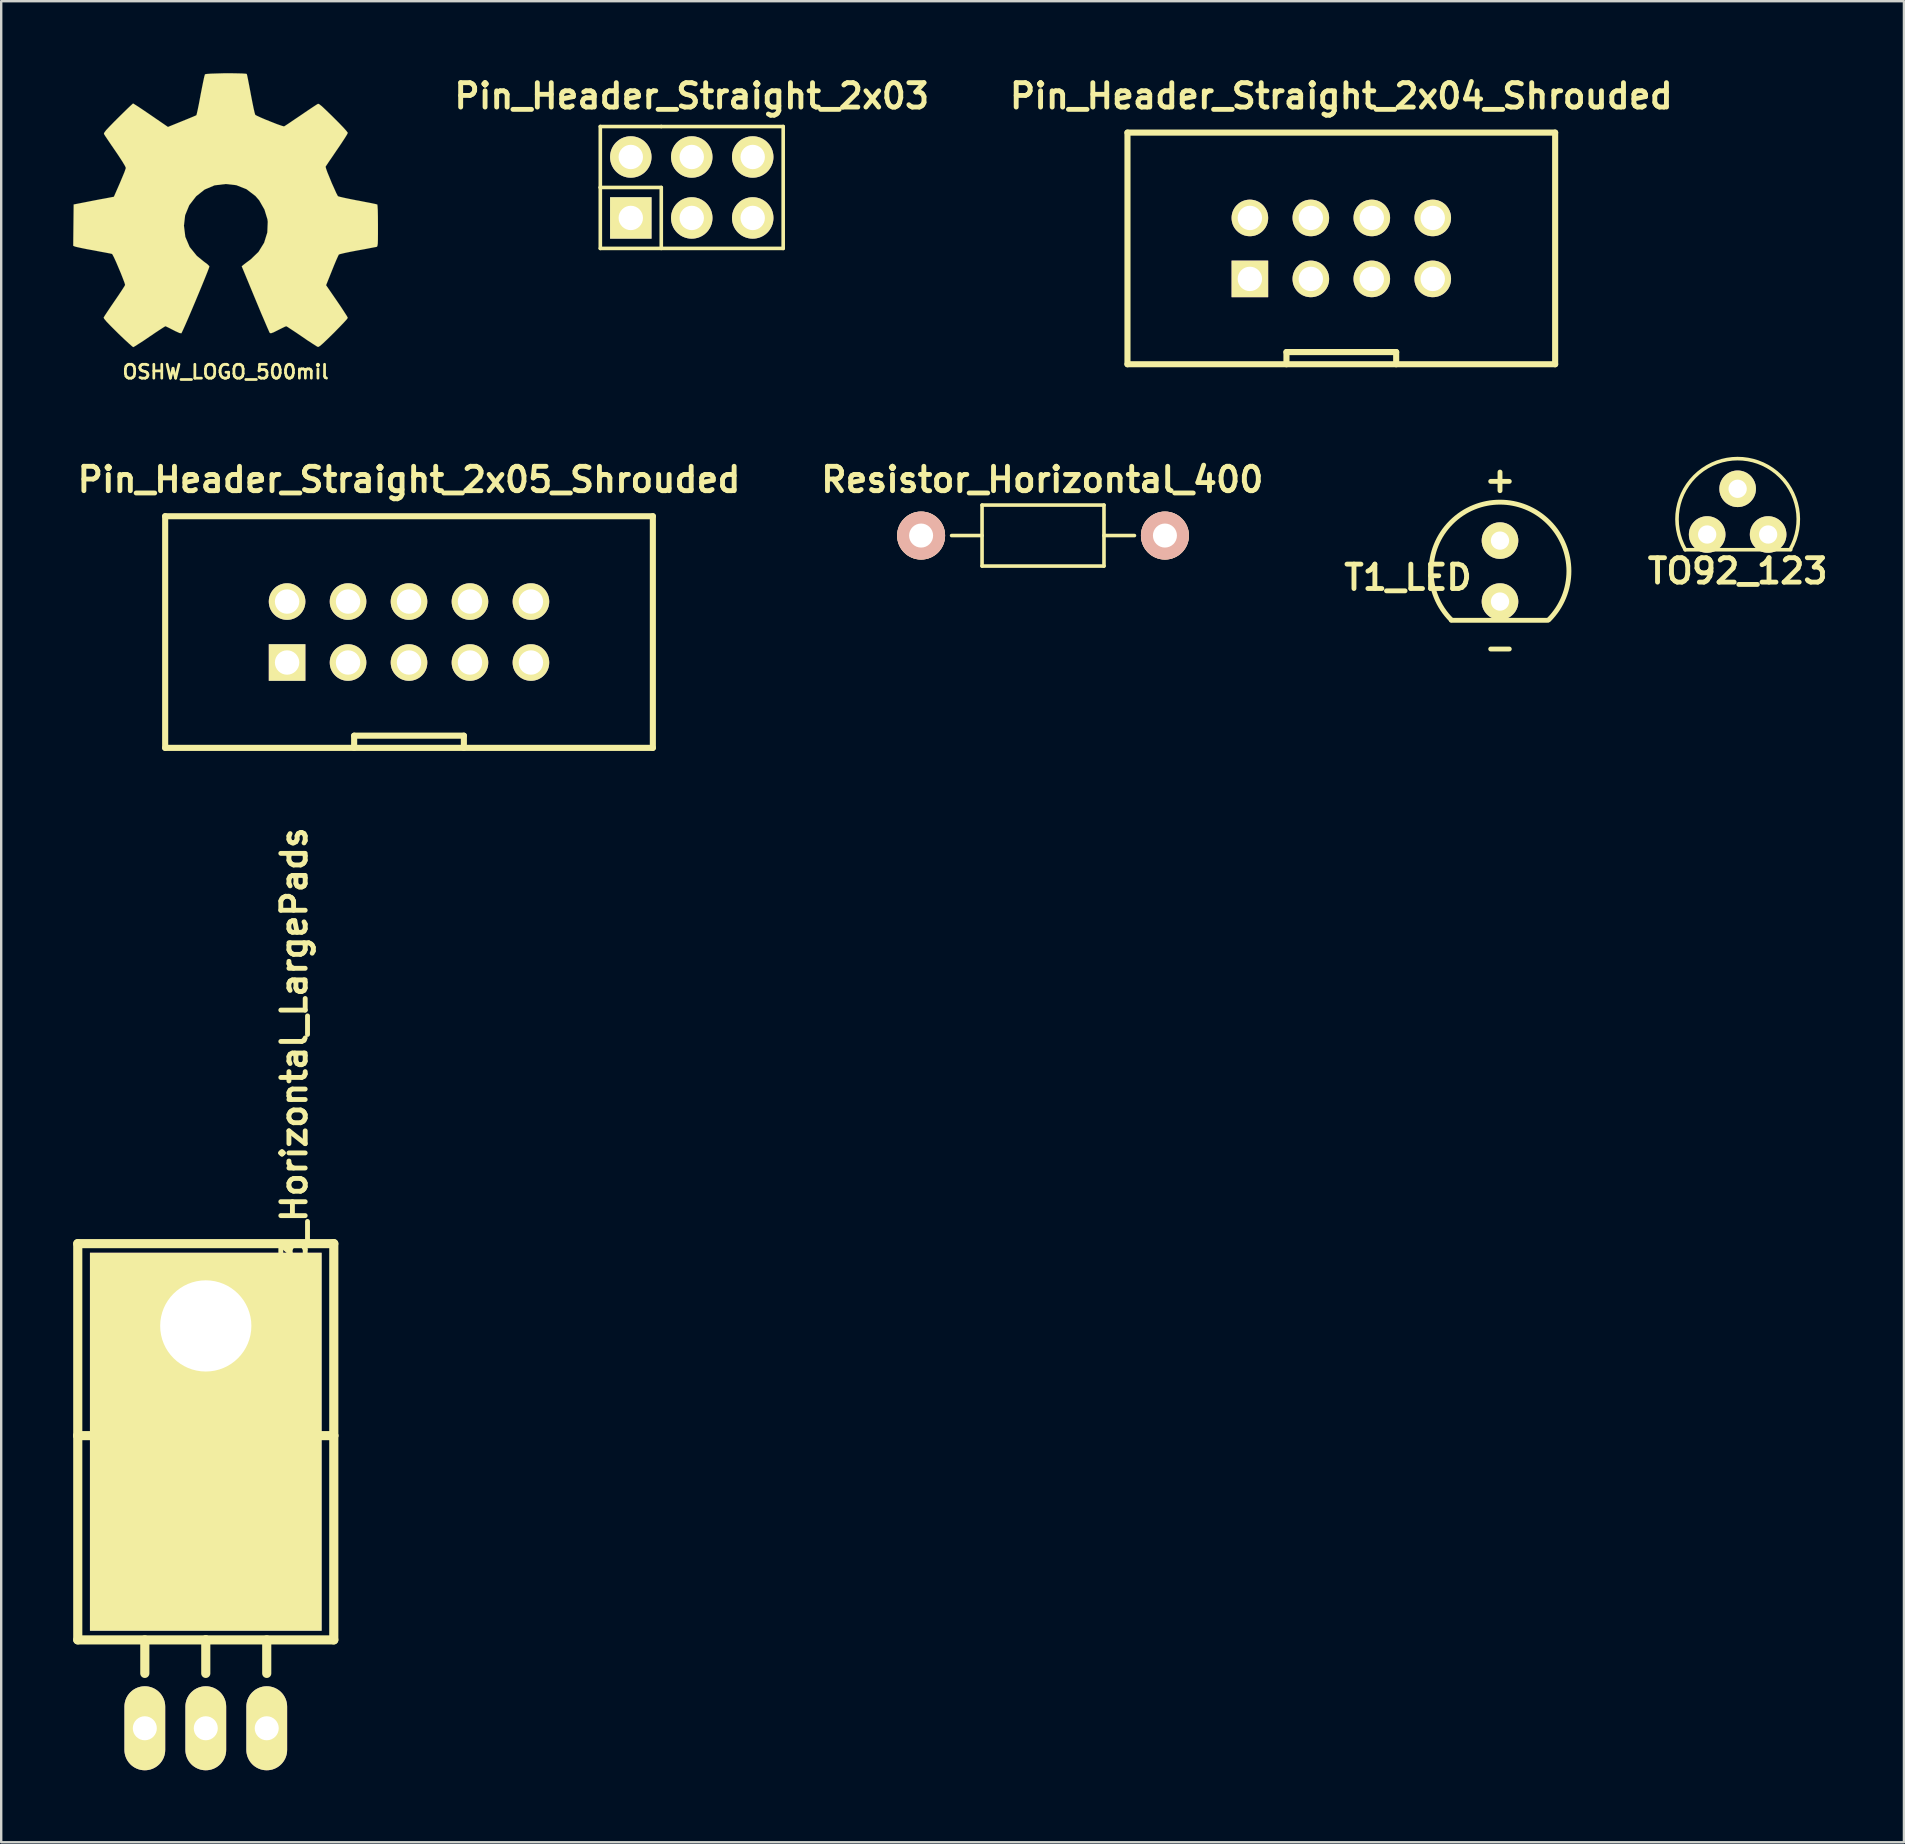
<source format=kicad_pcb>
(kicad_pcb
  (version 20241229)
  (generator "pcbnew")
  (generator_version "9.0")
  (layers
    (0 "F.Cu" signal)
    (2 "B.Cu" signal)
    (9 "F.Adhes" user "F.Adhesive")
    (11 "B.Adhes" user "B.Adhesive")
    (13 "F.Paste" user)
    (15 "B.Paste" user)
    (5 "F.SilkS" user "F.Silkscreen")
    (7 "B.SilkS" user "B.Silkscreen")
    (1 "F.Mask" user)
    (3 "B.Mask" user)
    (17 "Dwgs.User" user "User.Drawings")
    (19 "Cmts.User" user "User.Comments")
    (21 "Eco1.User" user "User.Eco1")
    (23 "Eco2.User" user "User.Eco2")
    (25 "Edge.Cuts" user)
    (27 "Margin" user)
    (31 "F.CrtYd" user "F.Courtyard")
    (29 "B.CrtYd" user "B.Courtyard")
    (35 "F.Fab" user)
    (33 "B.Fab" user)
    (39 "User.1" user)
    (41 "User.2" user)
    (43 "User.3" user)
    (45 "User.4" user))
  (footprint "Resistor_Horizontal_400"
    (layer "F.Cu")
    (at 40.409 19.265)
    (property "Reference" "Resistor_Horizontal_400" (at -0.03 -2.33 0) (layer "F.SilkS") (effects (font (size 1.016 1.016) (thickness 0.203))))
    (attr through_hole)
    (fp_line (start -2.54 -1.27) (end -2.54 1.27) (stroke (width 0.15) (type solid)) (layer "F.SilkS"))
    (fp_line (start -2.54 0) (end -3.81 0) (stroke (width 0.15) (type solid)) (layer "F.SilkS"))
    (fp_line (start -2.54 1.27) (end 2.54 1.27) (stroke (width 0.15) (type solid)) (layer "F.SilkS"))
    (fp_line (start 2.54 -1.27) (end -2.54 -1.27) (stroke (width 0.15) (type solid)) (layer "F.SilkS"))
    (fp_line (start 2.54 0) (end 3.81 0) (stroke (width 0.15) (type solid)) (layer "F.SilkS"))
    (fp_line (start 2.54 1.27) (end 2.54 -1.27) (stroke (width 0.15) (type solid)) (layer "F.SilkS"))
    (pad "1" thru_hole circle (at -5.08 0) (size 1.999 1.999) (drill 1.001) (layers "*.Cu" "*.SilkS" "*.Mask"))
    (pad "2" thru_hole circle (at 5.08 0) (size 1.999 1.999) (drill 1.001) (layers "*.Cu" "*.SilkS" "*.Mask")))
  (footprint "TO-220_Neutral123_Horizontal_LargePads"
    (layer "F.Cu")
    (at 5.524 68.961)
    (property "Reference" "TO-220_Neutral123_Horizontal_LargePads" (at 3.683 -21.336 90) (layer "F.SilkS") (effects (font (size 1.016 1.016) (thickness 0.203))))
    (attr through_hole)
    (fp_line (start -5.334 -20.193) (end -5.334 -12.192) (stroke (width 0.381) (type solid)) (layer "F.SilkS"))
    (fp_line (start -5.334 -12.192) (end -5.334 -3.683) (stroke (width 0.381) (type solid)) (layer "F.SilkS"))
    (fp_line (start -2.54 -3.683) (end -2.54 -2.286) (stroke (width 0.381) (type solid)) (layer "F.SilkS"))
    (fp_line (start 0 -3.683) (end -5.334 -3.683) (stroke (width 0.381) (type solid)) (layer "F.SilkS"))
    (fp_line (start 0 -3.683) (end 0 -2.286) (stroke (width 0.381) (type solid)) (layer "F.SilkS"))
    (fp_line (start 0 -3.683) (end 5.334 -3.683) (stroke (width 0.381) (type solid)) (layer "F.SilkS"))
    (fp_line (start 2.54 -3.683) (end 2.54 -2.286) (stroke (width 0.381) (type solid)) (layer "F.SilkS"))
    (fp_line (start 5.334 -20.193) (end -5.334 -20.193) (stroke (width 0.381) (type solid)) (layer "F.SilkS"))
    (fp_line (start 5.334 -12.192) (end -5.334 -12.192) (stroke (width 0.381) (type solid)) (layer "F.SilkS"))
    (fp_line (start 5.334 -12.192) (end 5.334 -20.193) (stroke (width 0.381) (type solid)) (layer "F.SilkS"))
    (fp_line (start 5.334 -3.683) (end 5.334 -12.192) (stroke (width 0.381) (type solid)) (layer "F.SilkS"))
    (fp_circle (center 0 -16.764) (end 1.778 -14.986) (stroke (width 0.381) (type solid)) (fill no) (layer "F.SilkS"))
    (pad "1" thru_hole oval (at -2.54 0 90) (size 3.5 1.699) (drill 1.001) (layers "*.Cu" "*.Mask" "F.SilkS"))
    (pad "2" thru_hole rect (at 0 -16.764 90) (size 15.748 9.652) (drill 3.8 (offset -4.826 0)) (layers "*.Cu" "F.Mask" "F.SilkS"))
    (pad "2" thru_hole oval (at 0 0 90) (size 3.5 1.699) (drill 1.001) (layers "*.Cu" "*.Mask" "F.SilkS"))
    (pad "3" thru_hole oval (at 2.54 0 90) (size 3.5 1.699) (drill 1.001) (layers "*.Cu" "*.Mask" "F.SilkS")))
  (footprint "Pin_Header_Straight_2x05_Shrouded"
    (layer "F.Cu")
    (at 13.992 23.285)
    (property "Reference" "Pin_Header_Straight_2x05_Shrouded" (at 0 -6.35 0) (layer "F.SilkS") (effects (font (size 1.016 1.016) (thickness 0.203))))
    (attr through_hole)
    (fp_line (start -10.16 -4.826) (end 10.16 -4.826) (stroke (width 0.254) (type solid)) (layer "F.SilkS"))
    (fp_line (start -10.16 4.826) (end -10.16 -4.826) (stroke (width 0.254) (type solid)) (layer "F.SilkS"))
    (fp_line (start -2.286 4.318) (end -2.286 4.826) (stroke (width 0.254) (type solid)) (layer "F.SilkS"))
    (fp_line (start 2.286 4.318) (end -2.286 4.318) (stroke (width 0.254) (type solid)) (layer "F.SilkS"))
    (fp_line (start 2.286 4.826) (end 2.286 4.318) (stroke (width 0.254) (type solid)) (layer "F.SilkS"))
    (fp_line (start 10.16 -4.826) (end 10.16 4.826) (stroke (width 0.254) (type solid)) (layer "F.SilkS"))
    (fp_line (start 10.16 4.826) (end -10.16 4.826) (stroke (width 0.254) (type solid)) (layer "F.SilkS"))
    (pad "1" thru_hole rect (at -5.08 1.27) (size 1.524 1.524) (drill 1.016) (layers "*.Cu" "*.Mask" "F.SilkS"))
    (pad "2" thru_hole circle (at -5.08 -1.27) (size 1.524 1.524) (drill 1.016) (layers "*.Cu" "*.Mask" "F.SilkS"))
    (pad "3" thru_hole circle (at -2.54 1.27) (size 1.524 1.524) (drill 1.016) (layers "*.Cu" "*.Mask" "F.SilkS"))
    (pad "4" thru_hole circle (at -2.54 -1.27) (size 1.524 1.524) (drill 1.016) (layers "*.Cu" "*.Mask" "F.SilkS"))
    (pad "5" thru_hole circle (at 0 1.27) (size 1.524 1.524) (drill 1.016) (layers "*.Cu" "*.Mask" "F.SilkS"))
    (pad "6" thru_hole circle (at 0 -1.27) (size 1.524 1.524) (drill 1.016) (layers "*.Cu" "*.Mask" "F.SilkS"))
    (pad "7" thru_hole circle (at 2.54 1.27) (size 1.524 1.524) (drill 1.016) (layers "*.Cu" "*.Mask" "F.SilkS"))
    (pad "8" thru_hole circle (at 2.54 -1.27) (size 1.524 1.524) (drill 1.016) (layers "*.Cu" "*.Mask" "F.SilkS"))
    (pad "9" thru_hole circle (at 5.08 1.27) (size 1.524 1.524) (drill 1.016) (layers "*.Cu" "*.Mask" "F.SilkS"))
    (pad "10" thru_hole circle (at 5.08 -1.27) (size 1.524 1.524) (drill 1.016) (layers "*.Cu" "*.Mask" "F.SilkS")))
  (footprint "Pin_Header_Straight_2x03"
    (layer "F.Cu")
    (at 25.773 4.761)
    (property "Reference" "Pin_Header_Straight_2x03" (at 0 -3.81 0) (layer "F.SilkS") (effects (font (size 1.016 1.016) (thickness 0.203))))
    (attr through_hole)
    (fp_line (start -3.81 -2.54) (end -3.81 0) (stroke (width 0.15) (type solid)) (layer "F.SilkS"))
    (fp_line (start -3.81 0) (end -1.27 0) (stroke (width 0.15) (type solid)) (layer "F.SilkS"))
    (fp_line (start -3.81 2.54) (end -3.81 0) (stroke (width 0.15) (type solid)) (layer "F.SilkS"))
    (fp_line (start -3.81 2.54) (end 3.81 2.54) (stroke (width 0.15) (type solid)) (layer "F.SilkS"))
    (fp_line (start -1.27 -2.54) (end -3.81 -2.54) (stroke (width 0.15) (type solid)) (layer "F.SilkS"))
    (fp_line (start -1.27 0) (end -1.27 2.54) (stroke (width 0.15) (type solid)) (layer "F.SilkS"))
    (fp_line (start 3.81 -2.54) (end -1.27 -2.54) (stroke (width 0.15) (type solid)) (layer "F.SilkS"))
    (fp_line (start 3.81 2.54) (end 3.81 -2.54) (stroke (width 0.15) (type solid)) (layer "F.SilkS"))
    (pad "1" thru_hole rect (at -2.54 1.27) (size 1.727 1.727) (drill 1.016) (layers "*.Cu" "*.Mask" "F.SilkS"))
    (pad "2" thru_hole oval (at -2.54 -1.27) (size 1.727 1.727) (drill 1.016) (layers "*.Cu" "*.Mask" "F.SilkS"))
    (pad "3" thru_hole oval (at 0 1.27) (size 1.727 1.727) (drill 1.016) (layers "*.Cu" "*.Mask" "F.SilkS"))
    (pad "4" thru_hole oval (at 0 -1.27) (size 1.727 1.727) (drill 1.016) (layers "*.Cu" "*.Mask" "F.SilkS"))
    (pad "5" thru_hole oval (at 2.54 1.27) (size 1.727 1.727) (drill 1.016) (layers "*.Cu" "*.Mask" "F.SilkS"))
    (pad "6" thru_hole oval (at 2.54 -1.27) (size 1.727 1.727) (drill 1.016) (layers "*.Cu" "*.Mask" "F.SilkS")))
  (footprint "TO92_123"
    (layer "F.Cu")
    (at 69.352 18.586)
    (property "Reference" "TO92_123" (at 0 2.159 180) (layer "F.SilkS") (effects (font (size 1.016 1.016) (thickness 0.203))))
    (attr through_hole)
    (fp_line (start -2.184 1.27) (end 2.21 1.27) (stroke (width 0.15) (type solid)) (layer "F.SilkS"))
    (fp_arc (start -2.1844 1.27) (mid -0.007652 -2.526746) (end 2.192052 1.256746) (stroke (width 0.15) (type solid)) (layer "F.SilkS"))
    (pad "1" thru_hole circle (at -1.27 0.635) (size 1.524 1.524) (drill 0.762) (layers "*.Cu" "*.Mask" "F.SilkS"))
    (pad "2" thru_hole circle (at 0 -1.27) (size 1.524 1.524) (drill 0.762) (layers "*.Cu" "*.Mask" "F.SilkS"))
    (pad "3" thru_hole circle (at 1.27 0.635) (size 1.524 1.524) (drill 0.762) (layers "*.Cu" "*.Mask" "F.SilkS")))
  (footprint "T1_LED"
    (layer "F.Cu")
    (at 59.45 20.745)
    (property "Reference" "T1_LED" (at -3.835 0.267 0) (layer "F.SilkS") (effects (font (size 1.016 1.016) (thickness 0.203))))
    (attr through_hole)
    (fp_line (start -2.029 2.05) (end 1.989 2.05) (stroke (width 0.203) (type solid)) (layer "F.SilkS"))
    (fp_arc (start -2.02946 2.032) (mid -0.001796 -2.871886) (end 2.032 2.02946) (stroke (width 0.2032) (type solid)) (layer "F.SilkS"))
    (fp_text user "-" (at 0 3.175 0) (layer "F.SilkS") (effects (font (size 1.016 1.016) (thickness 0.203))))
    (fp_text user "+" (at 0 -3.81 0) (layer "F.SilkS") (effects (font (size 1.016 1.016) (thickness 0.203))))
    (pad "+" thru_hole circle (at 0 -1.27) (size 1.524 1.524) (drill 0.762) (layers "*.Cu" "*.Mask" "F.SilkS"))
    (pad "-" thru_hole circle (at 0 1.27) (size 1.524 1.524) (drill 0.762) (layers "*.Cu" "*.Mask" "F.SilkS")))
  (footprint "OSHW_LOGO_500mil"
    (layer "F.Cu")
    (at 6.351 5.709)
    (property "Reference" "OSHW_LOGO_500mil" (at 0 6.736 0) (layer "F.SilkS") (effects (font (size 0.579 0.579) (thickness 0.114))))
    (attr through_hole)
    (fp_poly (pts (xy -3.851 5.705) (xy -3.782 5.669) (xy -3.635 5.575) (xy -3.421 5.438) (xy -3.172 5.268) (xy -2.921 5.098) (xy -2.713 4.961) (xy -2.568 4.867) (xy -2.507 4.834) (xy -2.477 4.846) (xy -2.355 4.905) (xy -2.182 4.994) (xy -2.083 5.044) (xy -1.923 5.116) (xy -1.844 5.128) (xy -1.831 5.105) (xy -1.773 4.983) (xy -1.681 4.778) (xy -1.56 4.501) (xy -1.422 4.178) (xy -1.275 3.83) (xy -1.128 3.477) (xy -0.988 3.139) (xy -0.864 2.835) (xy -0.765 2.588) (xy -0.699 2.416) (xy -0.676 2.342) (xy -0.683 2.327) (xy -0.762 2.248) (xy -0.902 2.144) (xy -1.201 1.9) (xy -1.499 1.532) (xy -1.679 1.11) (xy -1.737 0.643) (xy -1.687 0.208) (xy -1.516 -0.208) (xy -1.227 -0.582) (xy -0.874 -0.861) (xy -0.462 -1.036) (xy 0 -1.092) (xy 0.442 -1.044) (xy 0.869 -0.876) (xy 1.242 -0.592) (xy 1.4 -0.409) (xy 1.618 -0.028) (xy 1.742 0.378) (xy 1.755 0.483) (xy 1.737 0.927) (xy 1.605 1.354) (xy 1.369 1.737) (xy 1.044 2.05) (xy 1.003 2.08) (xy 0.851 2.192) (xy 0.749 2.271) (xy 0.671 2.337) (xy 1.237 3.703) (xy 1.328 3.922) (xy 1.483 4.295) (xy 1.621 4.615) (xy 1.73 4.872) (xy 1.806 5.044) (xy 1.839 5.113) (xy 1.844 5.116) (xy 1.892 5.126) (xy 1.999 5.088) (xy 2.187 4.994) (xy 2.314 4.93) (xy 2.459 4.859) (xy 2.525 4.834) (xy 2.581 4.864) (xy 2.72 4.956) (xy 2.924 5.09) (xy 3.167 5.255) (xy 3.399 5.415) (xy 3.614 5.555) (xy 3.772 5.657) (xy 3.846 5.697) (xy 3.858 5.697) (xy 3.927 5.659) (xy 4.049 5.555) (xy 4.234 5.38) (xy 4.498 5.121) (xy 4.539 5.08) (xy 4.755 4.859) (xy 4.93 4.676) (xy 5.05 4.544) (xy 5.09 4.483) (xy 5.052 4.409) (xy 4.953 4.255) (xy 4.811 4.036) (xy 4.638 3.782) (xy 4.186 3.124) (xy 4.435 2.504) (xy 4.511 2.314) (xy 4.608 2.083) (xy 4.681 1.92) (xy 4.717 1.847) (xy 4.785 1.824) (xy 4.956 1.783) (xy 5.199 1.732) (xy 5.494 1.676) (xy 5.773 1.626) (xy 6.027 1.577) (xy 6.21 1.542) (xy 6.292 1.527) (xy 6.312 1.514) (xy 6.327 1.473) (xy 6.34 1.389) (xy 6.345 1.234) (xy 6.347 0.993) (xy 6.347 0.643) (xy 6.347 0.605) (xy 6.345 0.269) (xy 6.34 0.005) (xy 6.33 -0.17) (xy 6.32 -0.239) (xy 6.317 -0.239) (xy 6.238 -0.259) (xy 6.06 -0.297) (xy 5.806 -0.345) (xy 5.507 -0.404) (xy 5.486 -0.406) (xy 5.187 -0.465) (xy 4.935 -0.518) (xy 4.76 -0.559) (xy 4.684 -0.582) (xy 4.669 -0.602) (xy 4.608 -0.719) (xy 4.524 -0.907) (xy 4.422 -1.133) (xy 4.326 -1.369) (xy 4.239 -1.58) (xy 4.183 -1.74) (xy 4.166 -1.811) (xy 4.166 -1.814) (xy 4.211 -1.885) (xy 4.315 -2.04) (xy 4.463 -2.256) (xy 4.636 -2.512) (xy 4.651 -2.532) (xy 4.823 -2.786) (xy 4.963 -3) (xy 5.057 -3.152) (xy 5.09 -3.221) (xy 5.09 -3.226) (xy 5.034 -3.302) (xy 4.905 -3.447) (xy 4.719 -3.64) (xy 4.496 -3.863) (xy 4.425 -3.934) (xy 4.178 -4.173) (xy 4.008 -4.333) (xy 3.901 -4.417) (xy 3.851 -4.435) (xy 3.848 -4.432) (xy 3.772 -4.387) (xy 3.612 -4.282) (xy 3.393 -4.135) (xy 3.137 -3.96) (xy 3.117 -3.947) (xy 2.865 -3.777) (xy 2.652 -3.632) (xy 2.502 -3.533) (xy 2.436 -3.493) (xy 2.426 -3.493) (xy 2.322 -3.523) (xy 2.141 -3.586) (xy 1.92 -3.673) (xy 1.684 -3.767) (xy 1.471 -3.858) (xy 1.311 -3.932) (xy 1.234 -3.973) (xy 1.234 -3.978) (xy 1.206 -4.069) (xy 1.163 -4.257) (xy 1.11 -4.519) (xy 1.049 -4.831) (xy 1.041 -4.879) (xy 0.983 -5.184) (xy 0.935 -5.433) (xy 0.899 -5.606) (xy 0.881 -5.677) (xy 0.838 -5.687) (xy 0.691 -5.697) (xy 0.465 -5.702) (xy 0.193 -5.707) (xy -0.097 -5.705) (xy -0.376 -5.697) (xy -0.617 -5.69) (xy -0.787 -5.677) (xy -0.859 -5.664) (xy -0.861 -5.659) (xy -0.889 -5.565) (xy -0.93 -5.375) (xy -0.983 -5.113) (xy -1.044 -4.801) (xy -1.054 -4.745) (xy -1.11 -4.445) (xy -1.161 -4.196) (xy -1.199 -4.026) (xy -1.217 -3.96) (xy -1.245 -3.945) (xy -1.369 -3.891) (xy -1.572 -3.807) (xy -1.821 -3.706) (xy -2.403 -3.47) (xy -3.117 -3.96) (xy -3.18 -4.003) (xy -3.437 -4.178) (xy -3.647 -4.318) (xy -3.795 -4.412) (xy -3.856 -4.448) (xy -3.861 -4.445) (xy -3.932 -4.381) (xy -4.072 -4.249) (xy -4.265 -4.061) (xy -4.491 -3.838) (xy -4.656 -3.673) (xy -4.851 -3.472) (xy -4.976 -3.338) (xy -5.044 -3.251) (xy -5.07 -3.2) (xy -5.062 -3.165) (xy -5.016 -3.091) (xy -4.912 -2.936) (xy -4.765 -2.718) (xy -4.592 -2.466) (xy -4.45 -2.256) (xy -4.295 -2.017) (xy -4.194 -1.847) (xy -4.158 -1.763) (xy -4.168 -1.727) (xy -4.216 -1.587) (xy -4.303 -1.377) (xy -4.409 -1.125) (xy -4.656 -0.561) (xy -5.027 -0.49) (xy -5.25 -0.45) (xy -5.565 -0.389) (xy -5.865 -0.33) (xy -6.332 -0.239) (xy -6.35 1.483) (xy -6.276 1.514) (xy -6.208 1.532) (xy -6.035 1.57) (xy -5.786 1.621) (xy -5.494 1.674) (xy -5.245 1.722) (xy -4.994 1.768) (xy -4.813 1.803) (xy -4.735 1.821) (xy -4.714 1.847) (xy -4.651 1.968) (xy -4.562 2.162) (xy -4.463 2.395) (xy -4.361 2.637) (xy -4.275 2.857) (xy -4.211 3.028) (xy -4.188 3.114) (xy -4.224 3.18) (xy -4.318 3.327) (xy -4.458 3.538) (xy -4.628 3.787) (xy -4.798 4.036) (xy -4.94 4.249) (xy -5.042 4.404) (xy -5.083 4.473) (xy -5.062 4.521) (xy -4.963 4.641) (xy -4.775 4.836) (xy -4.496 5.113) (xy -4.45 5.159) (xy -4.227 5.372) (xy -4.039 5.545) (xy -3.907 5.662) (xy -3.851 5.705)) (stroke (width 0.003) (type solid)) (fill yes) (layer "F.SilkS")))
  (footprint "Pin_Header_Straight_2x04_Shrouded"
    (layer "F.Cu")
    (at 52.838 7.301)
    (property "Reference" "Pin_Header_Straight_2x04_Shrouded" (at 0 -6.35 0) (layer "F.SilkS") (effects (font (size 1.016 1.016) (thickness 0.203))))
    (attr through_hole)
    (fp_line (start -8.91 -4.826) (end 8.91 -4.826) (stroke (width 0.254) (type solid)) (layer "F.SilkS"))
    (fp_line (start -8.91 4.826) (end -8.91 -4.826) (stroke (width 0.254) (type solid)) (layer "F.SilkS"))
    (fp_line (start -2.286 4.318) (end -2.286 4.826) (stroke (width 0.254) (type solid)) (layer "F.SilkS"))
    (fp_line (start 2.286 4.318) (end -2.286 4.318) (stroke (width 0.254) (type solid)) (layer "F.SilkS"))
    (fp_line (start 2.286 4.826) (end 2.286 4.318) (stroke (width 0.254) (type solid)) (layer "F.SilkS"))
    (fp_line (start 8.91 -4.826) (end 8.91 4.826) (stroke (width 0.254) (type solid)) (layer "F.SilkS"))
    (fp_line (start 8.91 4.826) (end -8.91 4.826) (stroke (width 0.254) (type solid)) (layer "F.SilkS"))
    (pad "1" thru_hole rect (at -3.81 1.27) (size 1.524 1.524) (drill 1.016) (layers "*.Cu" "*.Mask" "F.SilkS"))
    (pad "2" thru_hole circle (at -3.81 -1.27) (size 1.524 1.524) (drill 1.016) (layers "*.Cu" "*.Mask" "F.SilkS"))
    (pad "3" thru_hole circle (at -1.27 1.27) (size 1.524 1.524) (drill 1.016) (layers "*.Cu" "*.Mask" "F.SilkS"))
    (pad "4" thru_hole circle (at -1.27 -1.27) (size 1.524 1.524) (drill 1.016) (layers "*.Cu" "*.Mask" "F.SilkS"))
    (pad "5" thru_hole circle (at 1.27 1.27) (size 1.524 1.524) (drill 1.016) (layers "*.Cu" "*.Mask" "F.SilkS"))
    (pad "6" thru_hole circle (at 1.27 -1.27) (size 1.524 1.524) (drill 1.016) (layers "*.Cu" "*.Mask" "F.SilkS"))
    (pad "7" thru_hole circle (at 3.81 1.27) (size 1.524 1.524) (drill 1.016) (layers "*.Cu" "*.Mask" "F.SilkS"))
    (pad "8" thru_hole circle (at 3.81 -1.27) (size 1.524 1.524) (drill 1.016) (layers "*.Cu" "*.Mask" "F.SilkS")))
  (gr_rect
    (start -3 -3)
    (end 76.281 73.711)
    (stroke (width 0.1) (type default))
    (fill no)
    (layer "Edge.Cuts")))
</source>
